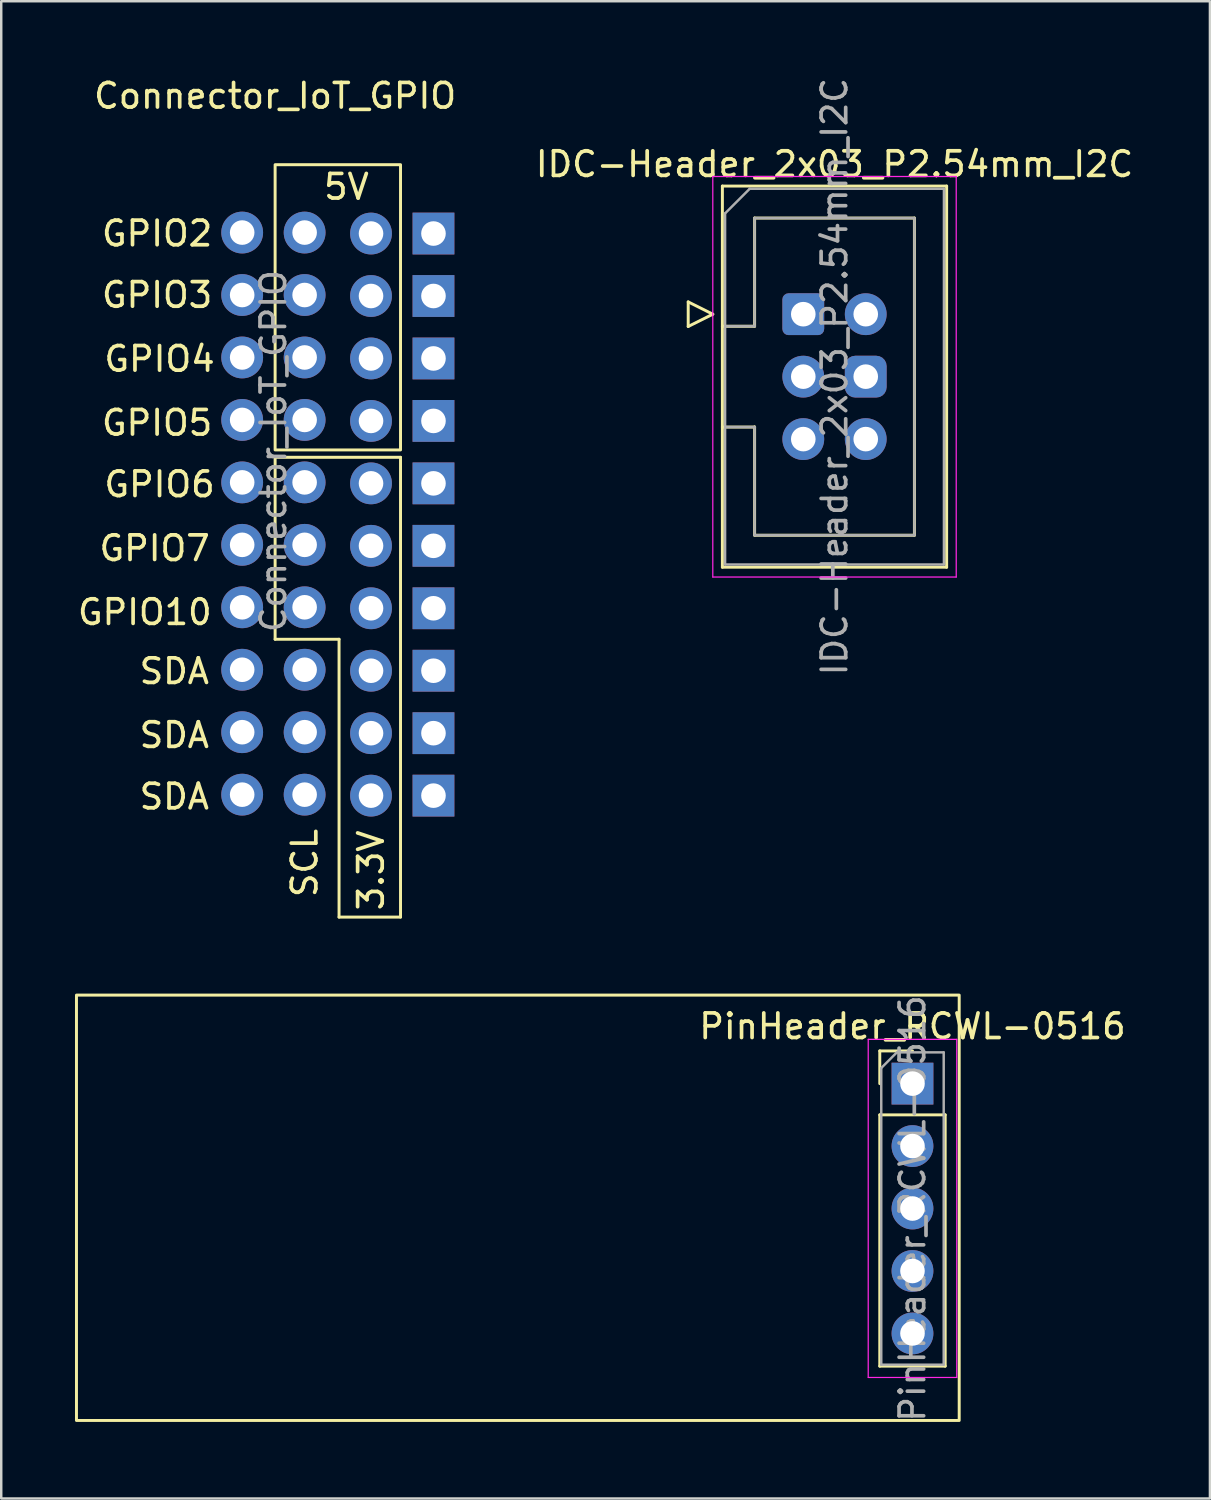
<source format=kicad_pcb>
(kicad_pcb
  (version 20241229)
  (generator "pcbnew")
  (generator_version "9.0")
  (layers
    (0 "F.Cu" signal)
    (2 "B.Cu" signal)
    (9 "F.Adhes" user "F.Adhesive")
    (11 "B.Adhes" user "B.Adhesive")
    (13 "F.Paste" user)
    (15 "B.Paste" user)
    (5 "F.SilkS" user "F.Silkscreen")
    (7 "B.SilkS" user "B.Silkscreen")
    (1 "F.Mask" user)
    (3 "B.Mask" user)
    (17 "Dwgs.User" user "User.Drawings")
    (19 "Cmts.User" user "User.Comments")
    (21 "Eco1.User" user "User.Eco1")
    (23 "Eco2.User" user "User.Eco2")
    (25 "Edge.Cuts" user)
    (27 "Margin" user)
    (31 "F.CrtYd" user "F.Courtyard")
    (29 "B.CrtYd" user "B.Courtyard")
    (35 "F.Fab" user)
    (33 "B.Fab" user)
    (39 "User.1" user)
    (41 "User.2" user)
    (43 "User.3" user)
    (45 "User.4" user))
  (footprint "Connector_IoT_GPIO"
    (layer "F.Cu")
    (at 8.139 1.348)
    (property "Reference" "Connector_IoT_GPIO" (at 0 -0.5 0) (unlocked yes) (layer "F.SilkS") (effects (font (size 1 1) (thickness 0.15))))
    (attr through_hole exclude_from_bom)
    (fp_line (start 0 14.2) (end 0 21.6) (stroke (width 0.12) (type solid)) (layer "F.SilkS"))
    (fp_line (start 0 14.2) (end 5.1 14.2) (stroke (width 0.12) (type solid)) (layer "F.SilkS"))
    (fp_line (start 2.6 21.6) (end 0 21.6) (stroke (width 0.12) (type solid)) (layer "F.SilkS"))
    (fp_line (start 2.6 32.9) (end 2.6 21.6) (stroke (width 0.12) (type solid)) (layer "F.SilkS"))
    (fp_line (start 5.1 14.2) (end 5.1 32.9) (stroke (width 0.12) (type solid)) (layer "F.SilkS"))
    (fp_line (start 5.1 32.9) (end 2.6 32.9) (stroke (width 0.12) (type solid)) (layer "F.SilkS"))
    (fp_rect (start 0 2.3) (end 5.1 13.9) (stroke (width 0.12) (type solid)) (fill no) (layer "F.SilkS"))
    (fp_text user "SDA" (at -4.1 28 0) (unlocked yes) (layer "F.SilkS") (effects (font (size 1 1) (thickness 0.15))))
    (fp_text user "3.3V" (at 3.9 31 90) (unlocked yes) (layer "F.SilkS") (effects (font (size 1 1) (thickness 0.15))))
    (fp_text user "GPIO7" (at -4.9 17.9 0) (unlocked yes) (layer "F.SilkS") (effects (font (size 1 1) (thickness 0.15))))
    (fp_text user "GPIO2" (at -4.8 5.1 0) (unlocked yes) (layer "F.SilkS") (effects (font (size 1 1) (thickness 0.15))))
    (fp_text user "SDA" (at -4.1 25.5 0) (unlocked yes) (layer "F.SilkS") (effects (font (size 1 1) (thickness 0.15))))
    (fp_text user "5V" (at 2.9 3.2 0) (unlocked yes) (layer "F.SilkS") (effects (font (size 1 1) (thickness 0.15))))
    (fp_text user "GPIO10" (at -5.3 20.5 0) (unlocked yes) (layer "F.SilkS") (effects (font (size 1 1) (thickness 0.15))))
    (fp_text user "SCL" (at 1.2 30.7 90) (unlocked yes) (layer "F.SilkS") (effects (font (size 1 1) (thickness 0.15))))
    (fp_text user "GPIO5" (at -4.8 12.8 0) (unlocked yes) (layer "F.SilkS") (effects (font (size 1 1) (thickness 0.15))))
    (fp_text user "GPIO3" (at -4.8 7.6 0) (unlocked yes) (layer "F.SilkS") (effects (font (size 1 1) (thickness 0.15))))
    (fp_text user "GPIO6" (at -4.7 15.3 0) (unlocked yes) (layer "F.SilkS") (effects (font (size 1 1) (thickness 0.15))))
    (fp_text user "GPIO4" (at -4.7 10.2 0) (unlocked yes) (layer "F.SilkS") (effects (font (size 1 1) (thickness 0.15))))
    (fp_text user "SDA" (at -4.1 22.9 0) (unlocked yes) (layer "F.SilkS") (effects (font (size 1 1) (thickness 0.15))))
    (fp_text user "${REFERENCE}" (at -0.07 13.95 90) (layer "F.Fab") (effects (font (size 1 1) (thickness 0.15))))
    (pad "1" thru_hole oval (at 1.2 15.22) (size 1.7 1.7) (drill 1) (layers "*.Cu" "*.Mask"))
    (pad "1" thru_hole oval (at 1.2 17.76) (size 1.7 1.7) (drill 1) (layers "*.Cu" "*.Mask"))
    (pad "1" thru_hole oval (at 1.2 20.3) (size 1.7 1.7) (drill 1) (layers "*.Cu" "*.Mask"))
    (pad "1" thru_hole rect (at 6.44 5.1) (size 1.7 1.7) (drill 1) (layers "*.Cu" "*.Mask"))
    (pad "1" thru_hole rect (at 6.44 7.64) (size 1.7 1.7) (drill 1) (layers "*.Cu" "*.Mask"))
    (pad "1" thru_hole rect (at 6.44 10.18) (size 1.7 1.7) (drill 1) (layers "*.Cu" "*.Mask"))
    (pad "1" thru_hole rect (at 6.44 12.72) (size 1.7 1.7) (drill 1) (layers "*.Cu" "*.Mask"))
    (pad "1" thru_hole rect (at 6.44 15.26) (size 1.7 1.7) (drill 1) (layers "*.Cu" "*.Mask"))
    (pad "1" thru_hole rect (at 6.44 17.8) (size 1.7 1.7) (drill 1) (layers "*.Cu" "*.Mask"))
    (pad "1" thru_hole rect (at 6.44 20.34) (size 1.7 1.7) (drill 1) (layers "*.Cu" "*.Mask"))
    (pad "1" thru_hole rect (at 6.44 22.88) (size 1.7 1.7) (drill 1) (layers "*.Cu" "*.Mask"))
    (pad "1" thru_hole rect (at 6.44 25.42) (size 1.7 1.7) (drill 1) (layers "*.Cu" "*.Mask"))
    (pad "1" thru_hole rect (at 6.44 27.96) (size 1.7 1.7) (drill 1) (layers "*.Cu" "*.Mask"))
    (pad "2" thru_hole oval (at 3.9 15.26) (size 1.7 1.7) (drill 1) (layers "*.Cu" "*.Mask"))
    (pad "2" thru_hole oval (at 3.9 17.8) (size 1.7 1.7) (drill 1) (layers "*.Cu" "*.Mask"))
    (pad "2" thru_hole oval (at 3.9 20.34) (size 1.7 1.7) (drill 1) (layers "*.Cu" "*.Mask"))
    (pad "2" thru_hole oval (at 3.9 22.88) (size 1.7 1.7) (drill 1) (layers "*.Cu" "*.Mask"))
    (pad "2" thru_hole oval (at 3.9 25.42) (size 1.7 1.7) (drill 1) (layers "*.Cu" "*.Mask"))
    (pad "2" thru_hole oval (at 3.9 27.96) (size 1.7 1.7) (drill 1) (layers "*.Cu" "*.Mask"))
    (pad "3" thru_hole oval (at 1.2 5.06) (size 1.7 1.7) (drill 1) (layers "*.Cu" "*.Mask"))
    (pad "3" thru_hole oval (at 1.2 7.6) (size 1.7 1.7) (drill 1) (layers "*.Cu" "*.Mask"))
    (pad "3" thru_hole oval (at 1.2 10.14) (size 1.7 1.7) (drill 1) (layers "*.Cu" "*.Mask"))
    (pad "3" thru_hole oval (at 1.2 12.68) (size 1.7 1.7) (drill 1) (layers "*.Cu" "*.Mask"))
    (pad "3" thru_hole oval (at 3.9 5.1) (size 1.7 1.7) (drill 1) (layers "*.Cu" "*.Mask"))
    (pad "3" thru_hole oval (at 3.9 7.64) (size 1.7 1.7) (drill 1) (layers "*.Cu" "*.Mask"))
    (pad "3" thru_hole oval (at 3.9 10.18) (size 1.7 1.7) (drill 1) (layers "*.Cu" "*.Mask"))
    (pad "3" thru_hole oval (at 3.9 12.72) (size 1.7 1.7) (drill 1) (layers "*.Cu" "*.Mask"))
    (pad "4" thru_hole oval (at -1.34 22.84) (size 1.7 1.7) (drill 1) (layers "*.Cu" "*.Mask"))
    (pad "4" thru_hole oval (at -1.34 25.38) (size 1.7 1.7) (drill 1) (layers "*.Cu" "*.Mask"))
    (pad "4" thru_hole oval (at -1.34 27.92) (size 1.7 1.7) (drill 1) (layers "*.Cu" "*.Mask"))
    (pad "5" thru_hole oval (at 1.2 22.84) (size 1.7 1.7) (drill 1) (layers "*.Cu" "*.Mask"))
    (pad "5" thru_hole oval (at 1.2 25.38) (size 1.7 1.7) (drill 1) (layers "*.Cu" "*.Mask"))
    (pad "5" thru_hole oval (at 1.2 27.92) (size 1.7 1.7) (drill 1) (layers "*.Cu" "*.Mask"))
    (pad "6" thru_hole oval (at -1.34 5.06) (size 1.7 1.7) (drill 1) (layers "*.Cu" "*.Mask"))
    (pad "7" thru_hole oval (at -1.34 7.6) (size 1.7 1.7) (drill 1) (layers "*.Cu" "*.Mask"))
    (pad "8" thru_hole oval (at -1.34 10.14) (size 1.7 1.7) (drill 1) (layers "*.Cu" "*.Mask"))
    (pad "9" thru_hole oval (at -1.34 12.68) (size 1.7 1.7) (drill 1) (layers "*.Cu" "*.Mask"))
    (pad "10" thru_hole oval (at -1.34 15.22) (size 1.7 1.7) (drill 1) (layers "*.Cu" "*.Mask"))
    (pad "11" thru_hole oval (at -1.34 17.76) (size 1.7 1.7) (drill 1) (layers "*.Cu" "*.Mask"))
    (pad "12" thru_hole oval (at -1.34 20.3) (size 1.7 1.7) (drill 1) (layers "*.Cu" "*.Mask")))
  (footprint "IDC-Header_2x03_P2.54mm_I2C"
    (layer "F.Cu")
    (at 29.619 9.728)
    (property "Reference" "IDC-Header_2x03_P2.54mm_I2C" (at 1.27 -6.1 0) (layer "F.SilkS") (effects (font (size 1 1) (thickness 0.15))))
    (attr through_hole)
    (fp_line (start -4.68 -0.5) (end -4.68 0.5) (stroke (width 0.12) (type solid)) (layer "F.SilkS"))
    (fp_line (start -4.68 0.5) (end -3.68 0) (stroke (width 0.12) (type solid)) (layer "F.SilkS"))
    (fp_line (start -3.68 0) (end -4.68 -0.5) (stroke (width 0.12) (type solid)) (layer "F.SilkS"))
    (fp_line (start -3.29 -5.21) (end 5.83 -5.21) (stroke (width 0.12) (type solid)) (layer "F.SilkS"))
    (fp_line (start -3.29 0.49) (end -1.98 0.49) (stroke (width 0.12) (type solid)) (layer "F.SilkS"))
    (fp_line (start -3.29 10.29) (end -3.29 -5.21) (stroke (width 0.12) (type solid)) (layer "F.SilkS"))
    (fp_line (start -1.98 -3.91) (end 4.52 -3.91) (stroke (width 0.12) (type solid)) (layer "F.SilkS"))
    (fp_line (start -1.98 0.49) (end -1.98 -3.91) (stroke (width 0.12) (type solid)) (layer "F.SilkS"))
    (fp_line (start -1.98 4.59) (end -3.29 4.59) (stroke (width 0.12) (type solid)) (layer "F.SilkS"))
    (fp_line (start -1.98 4.59) (end -1.98 4.59) (stroke (width 0.12) (type solid)) (layer "F.SilkS"))
    (fp_line (start -1.98 8.99) (end -1.98 4.59) (stroke (width 0.12) (type solid)) (layer "F.SilkS"))
    (fp_line (start 4.52 -3.91) (end 4.52 8.99) (stroke (width 0.12) (type solid)) (layer "F.SilkS"))
    (fp_line (start 4.52 8.99) (end -1.98 8.99) (stroke (width 0.12) (type solid)) (layer "F.SilkS"))
    (fp_line (start 5.83 -5.21) (end 5.83 10.29) (stroke (width 0.12) (type solid)) (layer "F.SilkS"))
    (fp_line (start 5.83 10.29) (end -3.29 10.29) (stroke (width 0.12) (type solid)) (layer "F.SilkS"))
    (fp_line (start -3.68 -5.6) (end -3.68 10.69) (stroke (width 0.05) (type solid)) (layer "F.CrtYd"))
    (fp_line (start -3.68 10.69) (end 6.22 10.69) (stroke (width 0.05) (type solid)) (layer "F.CrtYd"))
    (fp_line (start 6.22 -5.6) (end -3.68 -5.6) (stroke (width 0.05) (type solid)) (layer "F.CrtYd"))
    (fp_line (start 6.22 10.69) (end 6.22 -5.6) (stroke (width 0.05) (type solid)) (layer "F.CrtYd"))
    (fp_line (start -3.18 -4.1) (end -2.18 -5.1) (stroke (width 0.1) (type solid)) (layer "F.Fab"))
    (fp_line (start -3.18 0.49) (end -1.98 0.49) (stroke (width 0.1) (type solid)) (layer "F.Fab"))
    (fp_line (start -3.18 10.18) (end -3.18 -4.1) (stroke (width 0.1) (type solid)) (layer "F.Fab"))
    (fp_line (start -2.18 -5.1) (end 5.72 -5.1) (stroke (width 0.1) (type solid)) (layer "F.Fab"))
    (fp_line (start -1.98 -3.91) (end 4.52 -3.91) (stroke (width 0.1) (type solid)) (layer "F.Fab"))
    (fp_line (start -1.98 0.49) (end -1.98 -3.91) (stroke (width 0.1) (type solid)) (layer "F.Fab"))
    (fp_line (start -1.98 4.59) (end -3.18 4.59) (stroke (width 0.1) (type solid)) (layer "F.Fab"))
    (fp_line (start -1.98 4.59) (end -1.98 4.59) (stroke (width 0.1) (type solid)) (layer "F.Fab"))
    (fp_line (start -1.98 8.99) (end -1.98 4.59) (stroke (width 0.1) (type solid)) (layer "F.Fab"))
    (fp_line (start 4.52 -3.91) (end 4.52 8.99) (stroke (width 0.1) (type solid)) (layer "F.Fab"))
    (fp_line (start 4.52 8.99) (end -1.98 8.99) (stroke (width 0.1) (type solid)) (layer "F.Fab"))
    (fp_line (start 5.72 -5.1) (end 5.72 10.18) (stroke (width 0.1) (type solid)) (layer "F.Fab"))
    (fp_line (start 5.72 10.18) (end -3.18 10.18) (stroke (width 0.1) (type solid)) (layer "F.Fab"))
    (fp_text user "${REFERENCE}" (at 1.27 2.54 90) (layer "F.Fab") (effects (font (size 1 1) (thickness 0.15))))
    (pad "1" thru_hole roundrect (at 0 0) (size 1.7 1.7) (drill 1) (layers "*.Cu" "*.Mask") (roundrect_rratio 0.147))
    (pad "1" thru_hole roundrect (at 2.54 2.54) (size 1.7 1.7) (drill 1) (layers "*.Cu" "*.Mask") (roundrect_rratio 0.25))
    (pad "2" thru_hole circle (at 2.54 0) (size 1.7 1.7) (drill 1) (layers "*.Cu" "*.Mask"))
    (pad "3" thru_hole circle (at 0 2.54) (size 1.7 1.7) (drill 1) (layers "*.Cu" "*.Mask"))
    (pad "4" thru_hole circle (at 0 5.08) (size 1.7 1.7) (drill 1) (layers "*.Cu" "*.Mask"))
    (pad "5" thru_hole circle (at 2.54 5.08) (size 1.7 1.7) (drill 1) (layers "*.Cu" "*.Mask")))
  (footprint "PinHeader_RCWL-0516"
    (layer "F.Cu")
    (at 34.06 41.02)
    (property "Reference" "PinHeader_RCWL-0516" (at 0 -2.33 0) (layer "F.SilkS") (effects (font (size 1 1) (thickness 0.15))))
    (attr through_hole)
    (fp_line (start -1.33 -1.33) (end 0 -1.33) (stroke (width 0.12) (type solid)) (layer "F.SilkS"))
    (fp_line (start -1.33 0) (end -1.33 -1.33) (stroke (width 0.12) (type solid)) (layer "F.SilkS"))
    (fp_line (start -1.33 1.27) (end -1.33 11.49) (stroke (width 0.12) (type solid)) (layer "F.SilkS"))
    (fp_line (start -1.33 1.27) (end 1.33 1.27) (stroke (width 0.12) (type solid)) (layer "F.SilkS"))
    (fp_line (start -1.33 11.49) (end 1.33 11.49) (stroke (width 0.12) (type solid)) (layer "F.SilkS"))
    (fp_line (start 1.33 1.27) (end 1.33 11.49) (stroke (width 0.12) (type solid)) (layer "F.SilkS"))
    (fp_rect (start 1.9 -3.6) (end -34 13.7) (stroke (width 0.12) (type solid)) (fill no) (layer "F.SilkS"))
    (fp_line (start -1.8 -1.8) (end -1.8 11.95) (stroke (width 0.05) (type solid)) (layer "F.CrtYd"))
    (fp_line (start -1.8 11.95) (end 1.8 11.95) (stroke (width 0.05) (type solid)) (layer "F.CrtYd"))
    (fp_line (start 1.8 -1.8) (end -1.8 -1.8) (stroke (width 0.05) (type solid)) (layer "F.CrtYd"))
    (fp_line (start 1.8 11.95) (end 1.8 -1.8) (stroke (width 0.05) (type solid)) (layer "F.CrtYd"))
    (fp_line (start -1.27 -0.635) (end -0.635 -1.27) (stroke (width 0.1) (type solid)) (layer "F.Fab"))
    (fp_line (start -1.27 11.43) (end -1.27 -0.635) (stroke (width 0.1) (type solid)) (layer "F.Fab"))
    (fp_line (start -0.635 -1.27) (end 1.27 -1.27) (stroke (width 0.1) (type solid)) (layer "F.Fab"))
    (fp_line (start 1.27 -1.27) (end 1.27 11.43) (stroke (width 0.1) (type solid)) (layer "F.Fab"))
    (fp_line (start 1.27 11.43) (end -1.27 11.43) (stroke (width 0.1) (type solid)) (layer "F.Fab"))
    (fp_text user "${REFERENCE}" (at 0 5.08 90) (layer "F.Fab") (effects (font (size 1 1) (thickness 0.15))))
    (pad "1" thru_hole rect (at 0 0) (size 1.7 1.7) (drill 1) (layers "*.Cu" "*.Mask"))
    (pad "2" thru_hole oval (at 0 2.54) (size 1.7 1.7) (drill 1) (layers "*.Cu" "*.Mask"))
    (pad "3" thru_hole oval (at 0 5.08) (size 1.7 1.7) (drill 1) (layers "*.Cu" "*.Mask"))
    (pad "4" thru_hole oval (at 0 7.62) (size 1.7 1.7) (drill 1) (layers "*.Cu" "*.Mask"))
    (pad "5" thru_hole oval (at 0 10.16) (size 1.7 1.7) (drill 1) (layers "*.Cu" "*.Mask"))
    (zone (net_name "") (layers "F.Cu" "B.Cu") (hatch edge 0.508) (connect_pads) (min_thickness 0.254) (filled_areas_thickness no) (keepout (tracks not_allowed) (vias not_allowed) (pads not_allowed) (copperpour not_allowed) (footprints allowed)) (placement (enabled no)) (fill) (polygon (pts (xy 32.16 54.82) (xy 0.06 54.72) (xy 0.06 37.42) (xy 32.16 37.42)))))
  (gr_rect
    (start -3 -3)
    (end 46.157 57.892)
    (stroke (width 0.1) (type default))
    (fill no)
    (layer "Edge.Cuts")))
</source>
